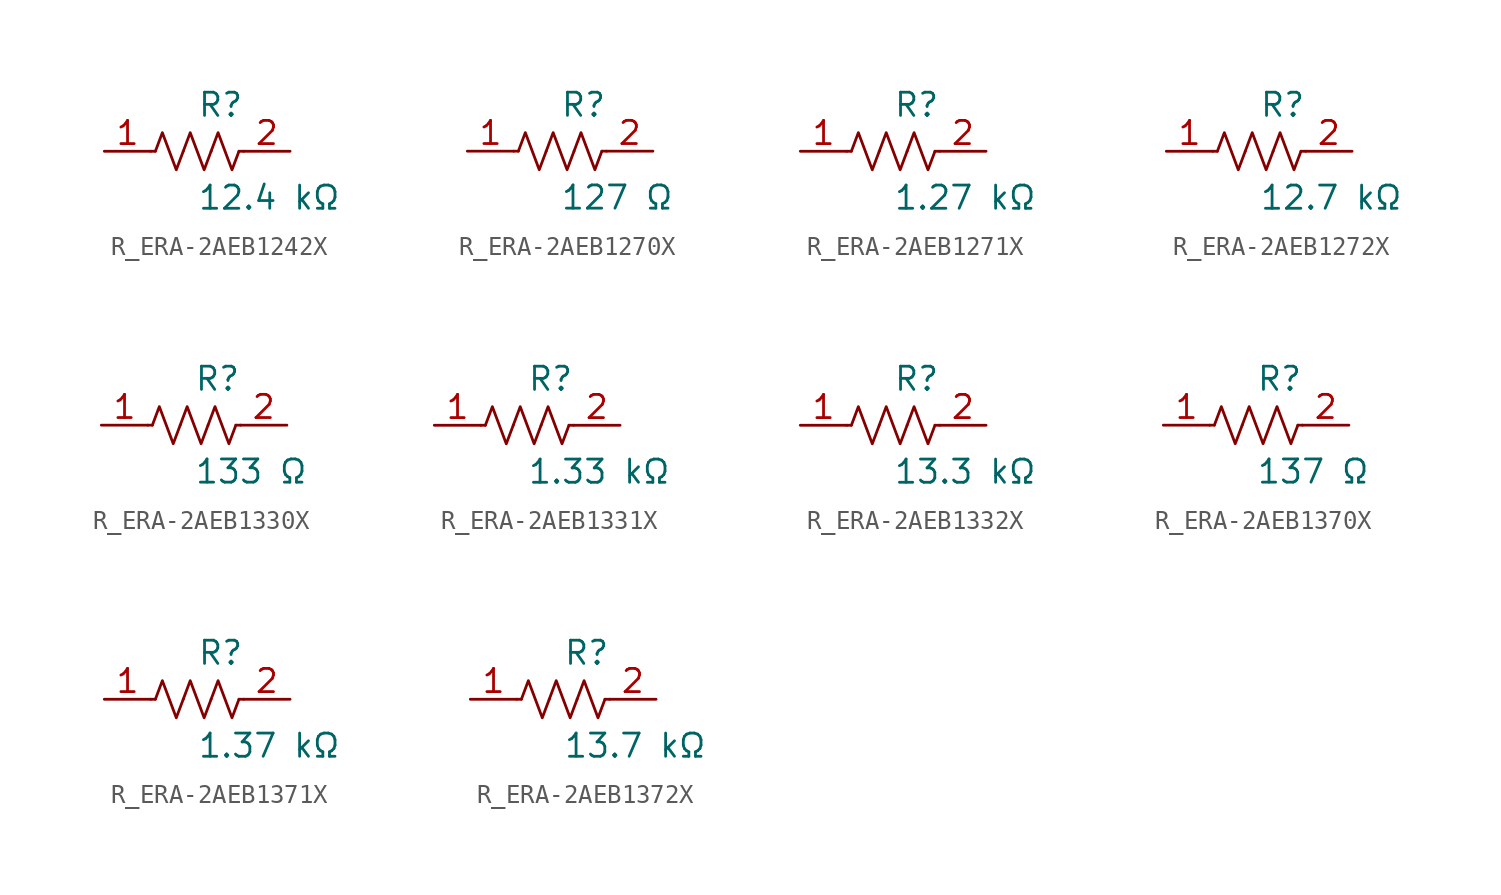
<source format=kicad_sym>
(kicad_symbol_lib
  (version 20231120)
  (generator kicad_symbol_editor)
  (generator_version 8.0)
  (symbol "R_ERA-2AEB1242X"
    (pin_names
      (offset 0.254))
    (property "Reference" "R"
      (at 0.0 2.54 0)
      (effects (font (size 1.27 1.27)) (justify left)))
    (property "Value" "12.4 kΩ"
      (at 0.0 -2.54 0)
      (effects (font (size 1.27 1.27)) (justify left)))
    (symbol "R_ERA-2AEB1242X_0_1"
      (polyline (pts (xy 2.286 0) (xy 2.54 0)) (stroke (width 0) (type default)) (fill (type none)))
      (polyline (pts (xy -2.286 0) (xy -2.54 0)) (stroke (width 0) (type default)) (fill (type none)))
      (polyline (pts (xy 0.762 0) (xy 1.143 1.016) (xy 1.524 0) (xy 1.905 -1.016) (xy 2.286 0)) (stroke (width 0) (type default)) (fill (type none)))
      (polyline (pts (xy -0.762 0) (xy -0.381 1.016) (xy 0 0) (xy 0.381 -1.016) (xy 0.762 0)) (stroke (width 0) (type default)) (fill (type none)))
      (polyline (pts (xy -2.286 0) (xy -1.905 1.016) (xy -1.524 0) (xy -1.143 -1.016) (xy -0.762 0)) (stroke (width 0) (type default)) (fill (type none))))
    (pin unspecified line
      (at -5.08 0 0)
      (length 2.54)
      (name "" (effects (font (size 1.27 1.27))))
      (number "1" (effects (font (size 1.27 1.27)))))
    (pin unspecified line
      (at 5.08 0 180)
      (length 2.54)
      (name "" (effects (font (size 1.27 1.27))))
      (number "2" (effects (font (size 1.27 1.27))))))
  (symbol "R_ERA-2AEB1270X"
    (pin_names
      (offset 0.254))
    (property "Reference" "R"
      (at 0.0 2.54 0)
      (effects (font (size 1.27 1.27)) (justify left)))
    (property "Value" "127 Ω"
      (at 0.0 -2.54 0)
      (effects (font (size 1.27 1.27)) (justify left)))
    (symbol "R_ERA-2AEB1270X_0_1"
      (polyline (pts (xy 2.286 0) (xy 2.54 0)) (stroke (width 0) (type default)) (fill (type none)))
      (polyline (pts (xy -2.286 0) (xy -2.54 0)) (stroke (width 0) (type default)) (fill (type none)))
      (polyline (pts (xy 0.762 0) (xy 1.143 1.016) (xy 1.524 0) (xy 1.905 -1.016) (xy 2.286 0)) (stroke (width 0) (type default)) (fill (type none)))
      (polyline (pts (xy -0.762 0) (xy -0.381 1.016) (xy 0 0) (xy 0.381 -1.016) (xy 0.762 0)) (stroke (width 0) (type default)) (fill (type none)))
      (polyline (pts (xy -2.286 0) (xy -1.905 1.016) (xy -1.524 0) (xy -1.143 -1.016) (xy -0.762 0)) (stroke (width 0) (type default)) (fill (type none))))
    (pin unspecified line
      (at -5.08 0 0)
      (length 2.54)
      (name "" (effects (font (size 1.27 1.27))))
      (number "1" (effects (font (size 1.27 1.27)))))
    (pin unspecified line
      (at 5.08 0 180)
      (length 2.54)
      (name "" (effects (font (size 1.27 1.27))))
      (number "2" (effects (font (size 1.27 1.27))))))
  (symbol "R_ERA-2AEB1271X"
    (pin_names
      (offset 0.254))
    (property "Reference" "R"
      (at 0.0 2.54 0)
      (effects (font (size 1.27 1.27)) (justify left)))
    (property "Value" "1.27 kΩ"
      (at 0.0 -2.54 0)
      (effects (font (size 1.27 1.27)) (justify left)))
    (symbol "R_ERA-2AEB1271X_0_1"
      (polyline (pts (xy 2.286 0) (xy 2.54 0)) (stroke (width 0) (type default)) (fill (type none)))
      (polyline (pts (xy -2.286 0) (xy -2.54 0)) (stroke (width 0) (type default)) (fill (type none)))
      (polyline (pts (xy 0.762 0) (xy 1.143 1.016) (xy 1.524 0) (xy 1.905 -1.016) (xy 2.286 0)) (stroke (width 0) (type default)) (fill (type none)))
      (polyline (pts (xy -0.762 0) (xy -0.381 1.016) (xy 0 0) (xy 0.381 -1.016) (xy 0.762 0)) (stroke (width 0) (type default)) (fill (type none)))
      (polyline (pts (xy -2.286 0) (xy -1.905 1.016) (xy -1.524 0) (xy -1.143 -1.016) (xy -0.762 0)) (stroke (width 0) (type default)) (fill (type none))))
    (pin unspecified line
      (at -5.08 0 0)
      (length 2.54)
      (name "" (effects (font (size 1.27 1.27))))
      (number "1" (effects (font (size 1.27 1.27)))))
    (pin unspecified line
      (at 5.08 0 180)
      (length 2.54)
      (name "" (effects (font (size 1.27 1.27))))
      (number "2" (effects (font (size 1.27 1.27))))))
  (symbol "R_ERA-2AEB1272X"
    (pin_names
      (offset 0.254))
    (property "Reference" "R"
      (at 0.0 2.54 0)
      (effects (font (size 1.27 1.27)) (justify left)))
    (property "Value" "12.7 kΩ"
      (at 0.0 -2.54 0)
      (effects (font (size 1.27 1.27)) (justify left)))
    (symbol "R_ERA-2AEB1272X_0_1"
      (polyline (pts (xy 2.286 0) (xy 2.54 0)) (stroke (width 0) (type default)) (fill (type none)))
      (polyline (pts (xy -2.286 0) (xy -2.54 0)) (stroke (width 0) (type default)) (fill (type none)))
      (polyline (pts (xy 0.762 0) (xy 1.143 1.016) (xy 1.524 0) (xy 1.905 -1.016) (xy 2.286 0)) (stroke (width 0) (type default)) (fill (type none)))
      (polyline (pts (xy -0.762 0) (xy -0.381 1.016) (xy 0 0) (xy 0.381 -1.016) (xy 0.762 0)) (stroke (width 0) (type default)) (fill (type none)))
      (polyline (pts (xy -2.286 0) (xy -1.905 1.016) (xy -1.524 0) (xy -1.143 -1.016) (xy -0.762 0)) (stroke (width 0) (type default)) (fill (type none))))
    (pin unspecified line
      (at -5.08 0 0)
      (length 2.54)
      (name "" (effects (font (size 1.27 1.27))))
      (number "1" (effects (font (size 1.27 1.27)))))
    (pin unspecified line
      (at 5.08 0 180)
      (length 2.54)
      (name "" (effects (font (size 1.27 1.27))))
      (number "2" (effects (font (size 1.27 1.27))))))
  (symbol "R_ERA-2AEB1330X"
    (pin_names
      (offset 0.254))
    (property "Reference" "R"
      (at 0.0 2.54 0)
      (effects (font (size 1.27 1.27)) (justify left)))
    (property "Value" "133 Ω"
      (at 0.0 -2.54 0)
      (effects (font (size 1.27 1.27)) (justify left)))
    (symbol "R_ERA-2AEB1330X_0_1"
      (polyline (pts (xy 2.286 0) (xy 2.54 0)) (stroke (width 0) (type default)) (fill (type none)))
      (polyline (pts (xy -2.286 0) (xy -2.54 0)) (stroke (width 0) (type default)) (fill (type none)))
      (polyline (pts (xy 0.762 0) (xy 1.143 1.016) (xy 1.524 0) (xy 1.905 -1.016) (xy 2.286 0)) (stroke (width 0) (type default)) (fill (type none)))
      (polyline (pts (xy -0.762 0) (xy -0.381 1.016) (xy 0 0) (xy 0.381 -1.016) (xy 0.762 0)) (stroke (width 0) (type default)) (fill (type none)))
      (polyline (pts (xy -2.286 0) (xy -1.905 1.016) (xy -1.524 0) (xy -1.143 -1.016) (xy -0.762 0)) (stroke (width 0) (type default)) (fill (type none))))
    (pin unspecified line
      (at -5.08 0 0)
      (length 2.54)
      (name "" (effects (font (size 1.27 1.27))))
      (number "1" (effects (font (size 1.27 1.27)))))
    (pin unspecified line
      (at 5.08 0 180)
      (length 2.54)
      (name "" (effects (font (size 1.27 1.27))))
      (number "2" (effects (font (size 1.27 1.27))))))
  (symbol "R_ERA-2AEB1331X"
    (pin_names
      (offset 0.254))
    (property "Reference" "R"
      (at 0.0 2.54 0)
      (effects (font (size 1.27 1.27)) (justify left)))
    (property "Value" "1.33 kΩ"
      (at 0.0 -2.54 0)
      (effects (font (size 1.27 1.27)) (justify left)))
    (symbol "R_ERA-2AEB1331X_0_1"
      (polyline (pts (xy 2.286 0) (xy 2.54 0)) (stroke (width 0) (type default)) (fill (type none)))
      (polyline (pts (xy -2.286 0) (xy -2.54 0)) (stroke (width 0) (type default)) (fill (type none)))
      (polyline (pts (xy 0.762 0) (xy 1.143 1.016) (xy 1.524 0) (xy 1.905 -1.016) (xy 2.286 0)) (stroke (width 0) (type default)) (fill (type none)))
      (polyline (pts (xy -0.762 0) (xy -0.381 1.016) (xy 0 0) (xy 0.381 -1.016) (xy 0.762 0)) (stroke (width 0) (type default)) (fill (type none)))
      (polyline (pts (xy -2.286 0) (xy -1.905 1.016) (xy -1.524 0) (xy -1.143 -1.016) (xy -0.762 0)) (stroke (width 0) (type default)) (fill (type none))))
    (pin unspecified line
      (at -5.08 0 0)
      (length 2.54)
      (name "" (effects (font (size 1.27 1.27))))
      (number "1" (effects (font (size 1.27 1.27)))))
    (pin unspecified line
      (at 5.08 0 180)
      (length 2.54)
      (name "" (effects (font (size 1.27 1.27))))
      (number "2" (effects (font (size 1.27 1.27))))))
  (symbol "R_ERA-2AEB1332X"
    (pin_names
      (offset 0.254))
    (property "Reference" "R"
      (at 0.0 2.54 0)
      (effects (font (size 1.27 1.27)) (justify left)))
    (property "Value" "13.3 kΩ"
      (at 0.0 -2.54 0)
      (effects (font (size 1.27 1.27)) (justify left)))
    (symbol "R_ERA-2AEB1332X_0_1"
      (polyline (pts (xy 2.286 0) (xy 2.54 0)) (stroke (width 0) (type default)) (fill (type none)))
      (polyline (pts (xy -2.286 0) (xy -2.54 0)) (stroke (width 0) (type default)) (fill (type none)))
      (polyline (pts (xy 0.762 0) (xy 1.143 1.016) (xy 1.524 0) (xy 1.905 -1.016) (xy 2.286 0)) (stroke (width 0) (type default)) (fill (type none)))
      (polyline (pts (xy -0.762 0) (xy -0.381 1.016) (xy 0 0) (xy 0.381 -1.016) (xy 0.762 0)) (stroke (width 0) (type default)) (fill (type none)))
      (polyline (pts (xy -2.286 0) (xy -1.905 1.016) (xy -1.524 0) (xy -1.143 -1.016) (xy -0.762 0)) (stroke (width 0) (type default)) (fill (type none))))
    (pin unspecified line
      (at -5.08 0 0)
      (length 2.54)
      (name "" (effects (font (size 1.27 1.27))))
      (number "1" (effects (font (size 1.27 1.27)))))
    (pin unspecified line
      (at 5.08 0 180)
      (length 2.54)
      (name "" (effects (font (size 1.27 1.27))))
      (number "2" (effects (font (size 1.27 1.27))))))
  (symbol "R_ERA-2AEB1370X"
    (pin_names
      (offset 0.254))
    (property "Reference" "R"
      (at 0.0 2.54 0)
      (effects (font (size 1.27 1.27)) (justify left)))
    (property "Value" "137 Ω"
      (at 0.0 -2.54 0)
      (effects (font (size 1.27 1.27)) (justify left)))
    (symbol "R_ERA-2AEB1370X_0_1"
      (polyline (pts (xy 2.286 0) (xy 2.54 0)) (stroke (width 0) (type default)) (fill (type none)))
      (polyline (pts (xy -2.286 0) (xy -2.54 0)) (stroke (width 0) (type default)) (fill (type none)))
      (polyline (pts (xy 0.762 0) (xy 1.143 1.016) (xy 1.524 0) (xy 1.905 -1.016) (xy 2.286 0)) (stroke (width 0) (type default)) (fill (type none)))
      (polyline (pts (xy -0.762 0) (xy -0.381 1.016) (xy 0 0) (xy 0.381 -1.016) (xy 0.762 0)) (stroke (width 0) (type default)) (fill (type none)))
      (polyline (pts (xy -2.286 0) (xy -1.905 1.016) (xy -1.524 0) (xy -1.143 -1.016) (xy -0.762 0)) (stroke (width 0) (type default)) (fill (type none))))
    (pin unspecified line
      (at -5.08 0 0)
      (length 2.54)
      (name "" (effects (font (size 1.27 1.27))))
      (number "1" (effects (font (size 1.27 1.27)))))
    (pin unspecified line
      (at 5.08 0 180)
      (length 2.54)
      (name "" (effects (font (size 1.27 1.27))))
      (number "2" (effects (font (size 1.27 1.27))))))
  (symbol "R_ERA-2AEB1371X"
    (pin_names
      (offset 0.254))
    (property "Reference" "R"
      (at 0.0 2.54 0)
      (effects (font (size 1.27 1.27)) (justify left)))
    (property "Value" "1.37 kΩ"
      (at 0.0 -2.54 0)
      (effects (font (size 1.27 1.27)) (justify left)))
    (symbol "R_ERA-2AEB1371X_0_1"
      (polyline (pts (xy 2.286 0) (xy 2.54 0)) (stroke (width 0) (type default)) (fill (type none)))
      (polyline (pts (xy -2.286 0) (xy -2.54 0)) (stroke (width 0) (type default)) (fill (type none)))
      (polyline (pts (xy 0.762 0) (xy 1.143 1.016) (xy 1.524 0) (xy 1.905 -1.016) (xy 2.286 0)) (stroke (width 0) (type default)) (fill (type none)))
      (polyline (pts (xy -0.762 0) (xy -0.381 1.016) (xy 0 0) (xy 0.381 -1.016) (xy 0.762 0)) (stroke (width 0) (type default)) (fill (type none)))
      (polyline (pts (xy -2.286 0) (xy -1.905 1.016) (xy -1.524 0) (xy -1.143 -1.016) (xy -0.762 0)) (stroke (width 0) (type default)) (fill (type none))))
    (pin unspecified line
      (at -5.08 0 0)
      (length 2.54)
      (name "" (effects (font (size 1.27 1.27))))
      (number "1" (effects (font (size 1.27 1.27)))))
    (pin unspecified line
      (at 5.08 0 180)
      (length 2.54)
      (name "" (effects (font (size 1.27 1.27))))
      (number "2" (effects (font (size 1.27 1.27))))))
  (symbol "R_ERA-2AEB1372X"
    (pin_names
      (offset 0.254))
    (property "Reference" "R"
      (at 0.0 2.54 0)
      (effects (font (size 1.27 1.27)) (justify left)))
    (property "Value" "13.7 kΩ"
      (at 0.0 -2.54 0)
      (effects (font (size 1.27 1.27)) (justify left)))
    (symbol "R_ERA-2AEB1372X_0_1"
      (polyline (pts (xy 2.286 0) (xy 2.54 0)) (stroke (width 0) (type default)) (fill (type none)))
      (polyline (pts (xy -2.286 0) (xy -2.54 0)) (stroke (width 0) (type default)) (fill (type none)))
      (polyline (pts (xy 0.762 0) (xy 1.143 1.016) (xy 1.524 0) (xy 1.905 -1.016) (xy 2.286 0)) (stroke (width 0) (type default)) (fill (type none)))
      (polyline (pts (xy -0.762 0) (xy -0.381 1.016) (xy 0 0) (xy 0.381 -1.016) (xy 0.762 0)) (stroke (width 0) (type default)) (fill (type none)))
      (polyline (pts (xy -2.286 0) (xy -1.905 1.016) (xy -1.524 0) (xy -1.143 -1.016) (xy -0.762 0)) (stroke (width 0) (type default)) (fill (type none))))
    (pin unspecified line
      (at -5.08 0 0)
      (length 2.54)
      (name "" (effects (font (size 1.27 1.27))))
      (number "1" (effects (font (size 1.27 1.27)))))
    (pin unspecified line
      (at 5.08 0 180)
      (length 2.54)
      (name "" (effects (font (size 1.27 1.27))))
      (number "2" (effects (font (size 1.27 1.27)))))))
</source>
